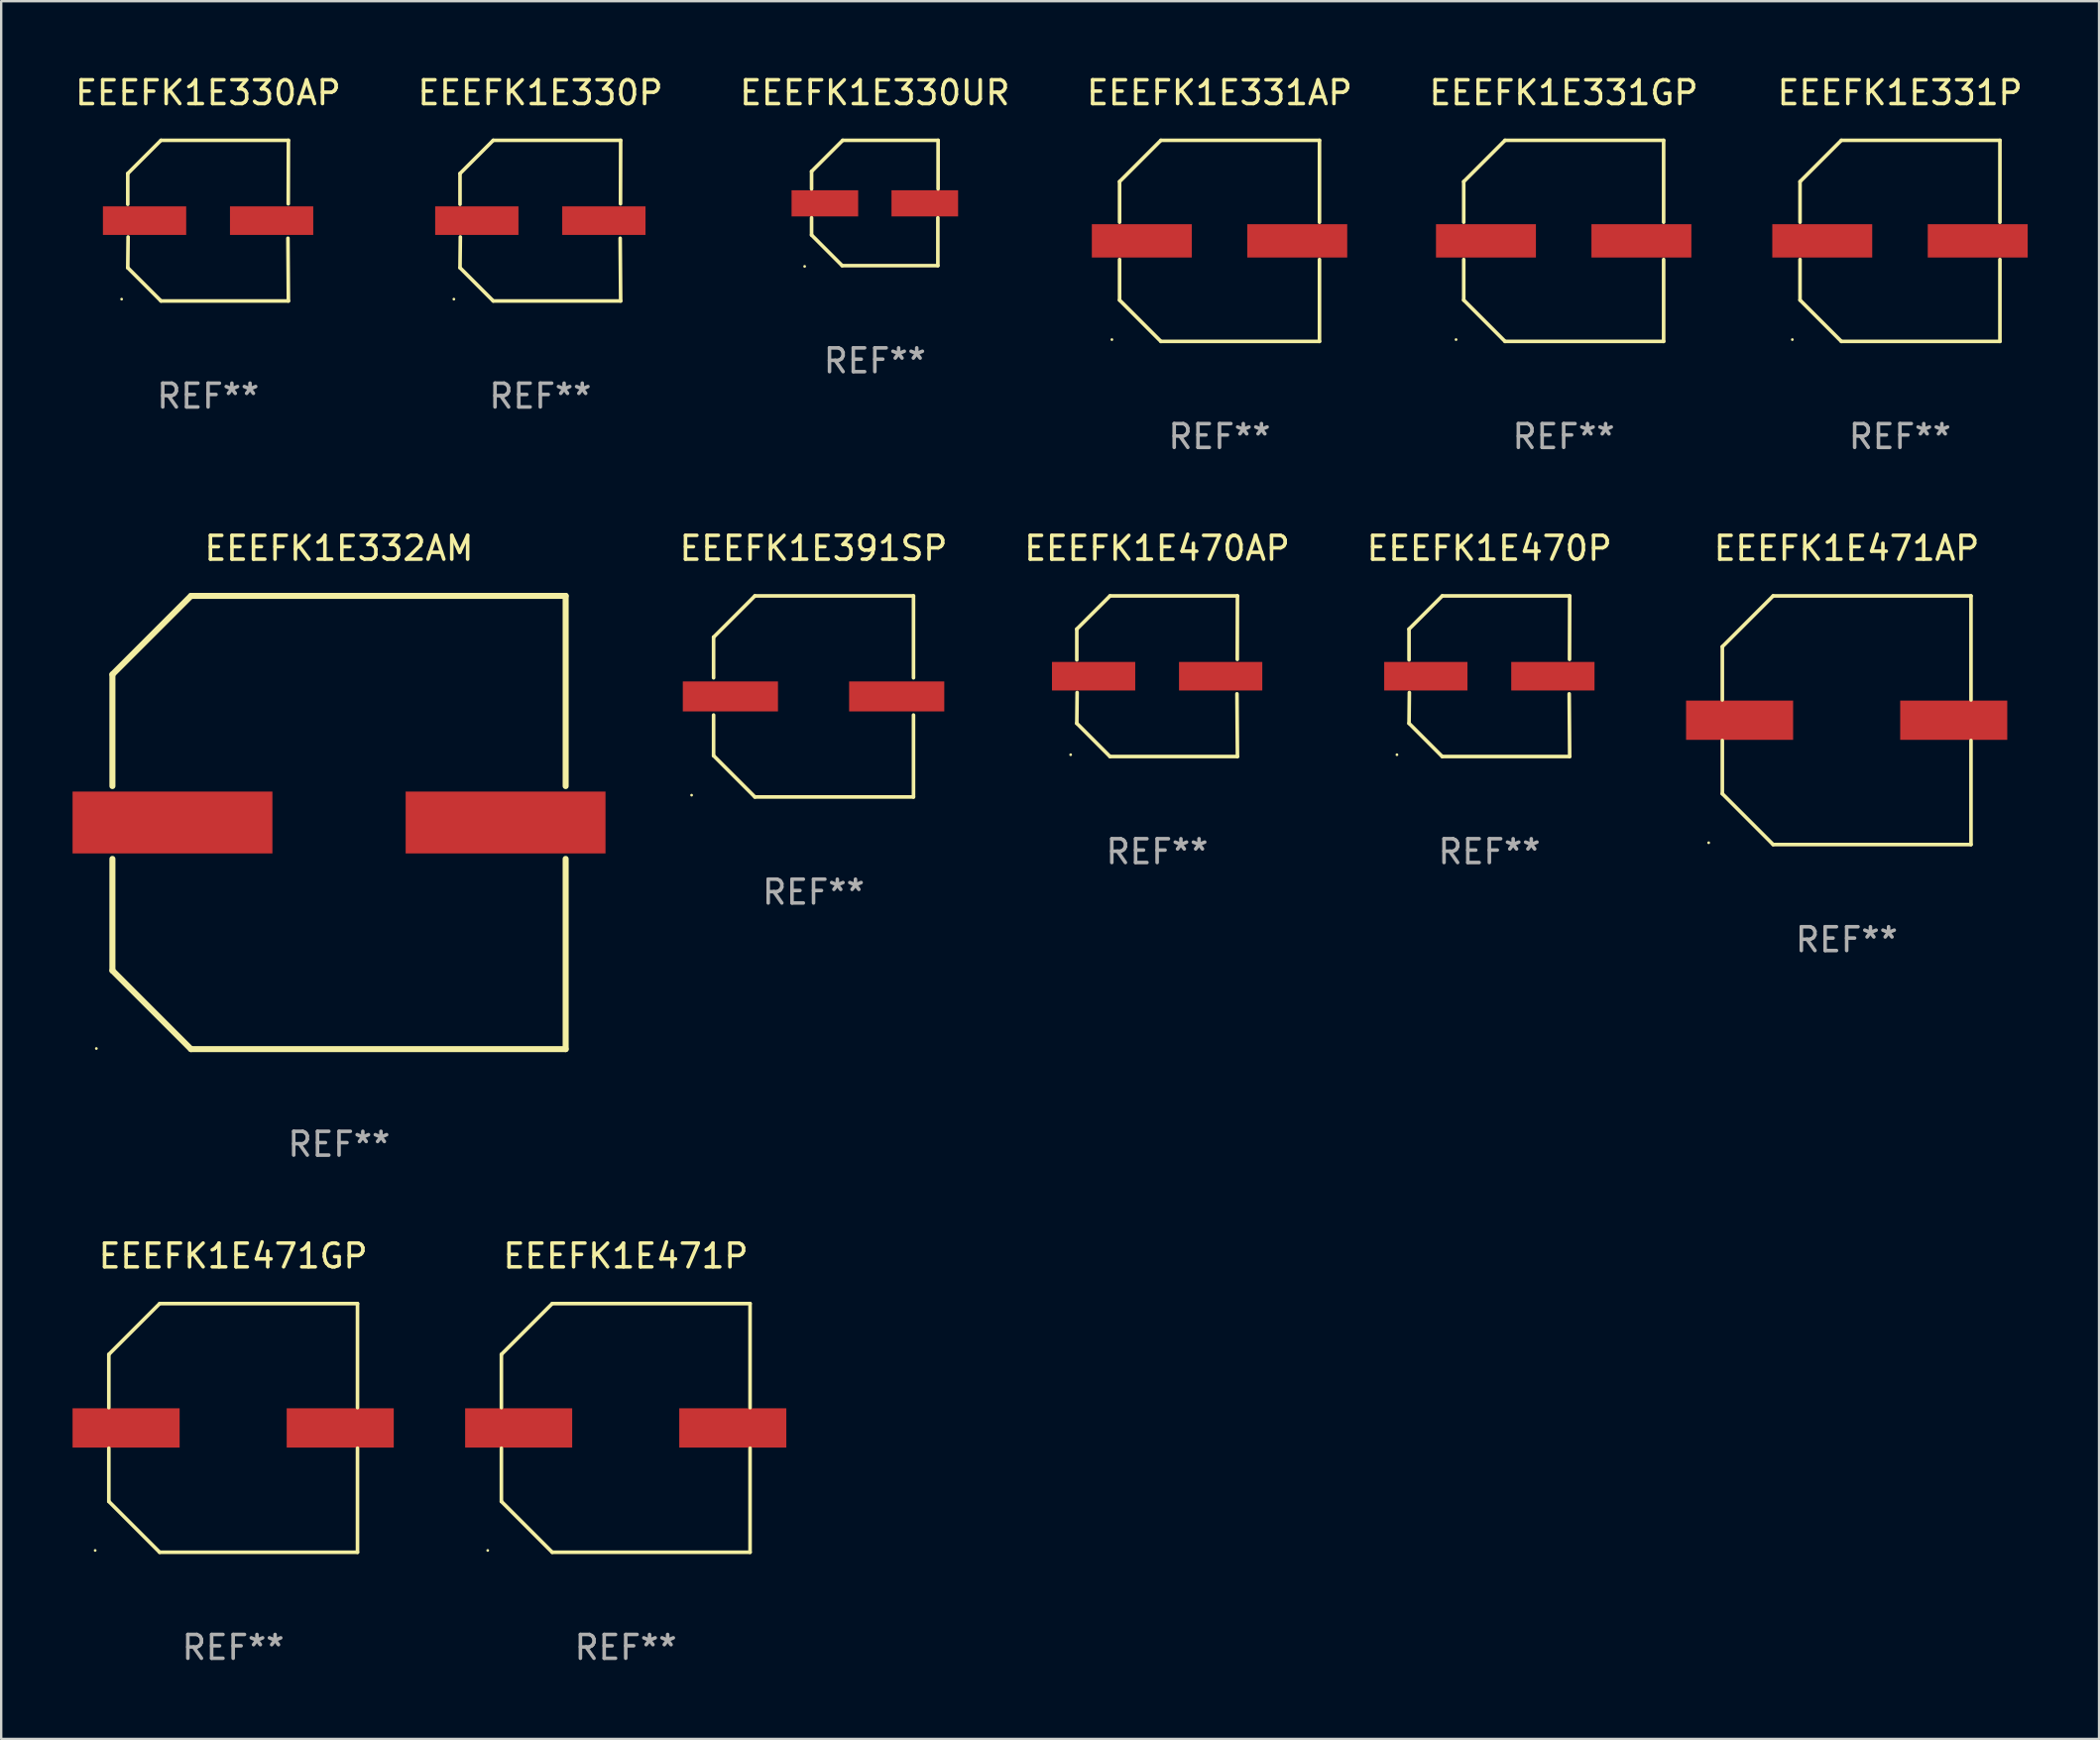
<source format=kicad_pcb>
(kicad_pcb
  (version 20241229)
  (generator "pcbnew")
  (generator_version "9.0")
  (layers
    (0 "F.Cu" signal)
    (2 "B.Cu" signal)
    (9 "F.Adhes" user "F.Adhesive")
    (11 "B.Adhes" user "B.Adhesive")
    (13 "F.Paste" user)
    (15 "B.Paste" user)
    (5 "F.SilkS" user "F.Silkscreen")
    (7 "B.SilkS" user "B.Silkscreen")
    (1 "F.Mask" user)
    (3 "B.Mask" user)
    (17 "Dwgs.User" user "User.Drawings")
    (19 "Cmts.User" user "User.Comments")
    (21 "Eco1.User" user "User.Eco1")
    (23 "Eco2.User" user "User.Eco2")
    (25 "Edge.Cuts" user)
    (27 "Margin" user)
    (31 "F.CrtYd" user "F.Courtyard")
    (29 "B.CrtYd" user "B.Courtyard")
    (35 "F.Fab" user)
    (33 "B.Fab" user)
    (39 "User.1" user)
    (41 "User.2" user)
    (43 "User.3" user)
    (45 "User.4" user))
  (footprint "EEEFK1E471AP"
    (layer "F.Cu")
    (at 74.567 27.223)
    (property "Reference" "EEEFK1E471AP" (at 0 -7.226 0) (layer "F.SilkS") (effects (font (size 1 1) (thickness 0.15))))
    (attr through_hole)
    (fp_line (start -5.226 -3.09) (end -5.226 -0.852) (stroke (width 0.152) (type solid)) (layer "F.SilkS"))
    (fp_line (start -5.226 3.09) (end -5.226 0.852) (stroke (width 0.152) (type solid)) (layer "F.SilkS"))
    (fp_line (start -3.09 -5.226) (end -5.226 -3.09) (stroke (width 0.152) (type solid)) (layer "F.SilkS"))
    (fp_line (start -3.09 5.226) (end -5.226 3.09) (stroke (width 0.152) (type solid)) (layer "F.SilkS"))
    (fp_line (start 5.226 -5.226) (end -3.09 -5.226) (stroke (width 0.152) (type solid)) (layer "F.SilkS"))
    (fp_line (start 5.226 -0.852) (end 5.226 -5.226) (stroke (width 0.152) (type solid)) (layer "F.SilkS"))
    (fp_line (start 5.226 0.852) (end 5.226 5.226) (stroke (width 0.152) (type solid)) (layer "F.SilkS"))
    (fp_line (start 5.226 5.226) (end -3.09 5.226) (stroke (width 0.152) (type solid)) (layer "F.SilkS"))
    (fp_circle (center -5.8 5.15) (end -5.77 5.15) (stroke (width 0.06) (type solid)) (fill no) (layer "F.SilkS"))
    (fp_text user "REF**" (at 0 9.226 0) (layer "F.Fab") (effects (font (size 1 1) (thickness 0.15))))
    (pad "1" smd rect (at -4.5 0) (size 4.5 1.65) (layers "F.Cu" "F.Mask" "F.Paste"))
    (pad "2" smd rect (at 4.5 0) (size 4.5 1.65) (layers "F.Cu" "F.Mask" "F.Paste")))
  (footprint "EEEFK1E391SP"
    (layer "F.Cu")
    (at 31.144 26.223)
    (property "Reference" "EEEFK1E391SP" (at 0 -6.226 0) (layer "F.SilkS") (effects (font (size 1 1) (thickness 0.15))))
    (attr through_hole)
    (fp_line (start -4.201 -2.49) (end -4.201 -0.782) (stroke (width 0.152) (type solid)) (layer "F.SilkS"))
    (fp_line (start -4.201 2.49) (end -4.201 0.782) (stroke (width 0.152) (type solid)) (layer "F.SilkS"))
    (fp_line (start -2.465 -4.226) (end -4.201 -2.49) (stroke (width 0.152) (type solid)) (layer "F.SilkS"))
    (fp_line (start -2.465 4.226) (end -4.201 2.49) (stroke (width 0.152) (type solid)) (layer "F.SilkS"))
    (fp_line (start 4.201 -4.226) (end -2.465 -4.226) (stroke (width 0.152) (type solid)) (layer "F.SilkS"))
    (fp_line (start 4.201 -0.782) (end 4.201 -4.226) (stroke (width 0.152) (type solid)) (layer "F.SilkS"))
    (fp_line (start 4.201 0.782) (end 4.201 4.226) (stroke (width 0.152) (type solid)) (layer "F.SilkS"))
    (fp_line (start 4.201 4.226) (end -2.465 4.226) (stroke (width 0.152) (type solid)) (layer "F.SilkS"))
    (fp_circle (center -5.125 4.15) (end -5.095 4.15) (stroke (width 0.06) (type solid)) (fill no) (layer "F.SilkS"))
    (fp_text user "REF**" (at 0 8.226 0) (layer "F.Fab") (effects (font (size 1 1) (thickness 0.15))))
    (pad "1" smd rect (at -3.495 0.000025) (size 4 1.26) (layers "F.Cu" "F.Mask" "F.Paste"))
    (pad "2" smd rect (at 3.495 0.000025) (size 4 1.26) (layers "F.Cu" "F.Mask" "F.Paste")))
  (footprint "EEEFK1E331AP"
    (layer "F.Cu")
    (at 48.208 7.074)
    (property "Reference" "EEEFK1E331AP" (at 0 -6.226 0) (layer "F.SilkS") (effects (font (size 1 1) (thickness 0.15))))
    (attr through_hole)
    (fp_line (start -4.201 -2.49) (end -4.201 -0.782) (stroke (width 0.152) (type solid)) (layer "F.SilkS"))
    (fp_line (start -4.201 2.49) (end -4.201 0.782) (stroke (width 0.152) (type solid)) (layer "F.SilkS"))
    (fp_line (start -2.465 -4.226) (end -4.201 -2.49) (stroke (width 0.152) (type solid)) (layer "F.SilkS"))
    (fp_line (start -2.465 4.226) (end -4.201 2.49) (stroke (width 0.152) (type solid)) (layer "F.SilkS"))
    (fp_line (start 4.201 -4.226) (end -2.465 -4.226) (stroke (width 0.152) (type solid)) (layer "F.SilkS"))
    (fp_line (start 4.201 -0.782) (end 4.201 -4.226) (stroke (width 0.152) (type solid)) (layer "F.SilkS"))
    (fp_line (start 4.201 0.782) (end 4.201 4.226) (stroke (width 0.152) (type solid)) (layer "F.SilkS"))
    (fp_line (start 4.201 4.226) (end -2.465 4.226) (stroke (width 0.152) (type solid)) (layer "F.SilkS"))
    (fp_circle (center -4.524 4.15) (end -4.494 4.15) (stroke (width 0.06) (type solid)) (fill no) (layer "F.SilkS"))
    (fp_text user "REF**" (at 0 8.226 0) (layer "F.Fab") (effects (font (size 1 1) (thickness 0.15))))
    (pad "1" smd rect (at -3.267 0) (size 4.2 1.4) (layers "F.Cu" "F.Mask" "F.Paste"))
    (pad "2" smd rect (at 3.267 0) (size 4.2 1.4) (layers "F.Cu" "F.Mask" "F.Paste")))
  (footprint "EEEFK1E470AP"
    (layer "F.Cu")
    (at 45.585 25.373)
    (property "Reference" "EEEFK1E470AP" (at 0 -5.376 0) (layer "F.SilkS") (effects (font (size 1 1) (thickness 0.15))))
    (attr through_hole)
    (fp_line (start -3.376 -1.98) (end -3.376 -0.686) (stroke (width 0.152) (type solid)) (layer "F.SilkS"))
    (fp_line (start -3.376 1.981) (end -3.362 0.686) (stroke (width 0.152) (type solid)) (layer "F.SilkS"))
    (fp_line (start -1.981 3.376) (end -3.376 1.981) (stroke (width 0.152) (type solid)) (layer "F.SilkS"))
    (fp_line (start -1.98 -3.376) (end -3.376 -1.98) (stroke (width 0.152) (type solid)) (layer "F.SilkS"))
    (fp_line (start 3.356 0.74) (end 3.376 3.376) (stroke (width 0.152) (type solid)) (layer "F.SilkS"))
    (fp_line (start 3.369 -0.707) (end 3.376 -3.376) (stroke (width 0.152) (type solid)) (layer "F.SilkS"))
    (fp_line (start 3.376 3.376) (end -1.981 3.376) (stroke (width 0.152) (type solid)) (layer "F.SilkS"))
    (fp_line (start 3.376 -3.376) (end -1.98 -3.376) (stroke (width 0.152) (type solid)) (layer "F.SilkS"))
    (fp_circle (center -3.634 3.3) (end -3.604 3.3) (stroke (width 0.06) (type solid)) (fill no) (layer "F.SilkS"))
    (fp_text user "REF**" (at 0 7.376 0) (layer "F.Fab") (effects (font (size 1 1) (thickness 0.15))))
    (pad "1" smd rect (at -2.67 0.000254) (size 3.5 1.2) (layers "F.Cu" "F.Mask" "F.Paste"))
    (pad "2" smd rect (at 2.67 0.000254) (size 3.5 1.2) (layers "F.Cu" "F.Mask" "F.Paste")))
  (footprint "EEEFK1E470P"
    (layer "F.Cu")
    (at 59.549 25.373)
    (property "Reference" "EEEFK1E470P" (at 0 -5.376 0) (layer "F.SilkS") (effects (font (size 1 1) (thickness 0.15))))
    (attr through_hole)
    (fp_line (start -3.376 -1.98) (end -3.376 -0.686) (stroke (width 0.152) (type solid)) (layer "F.SilkS"))
    (fp_line (start -3.376 1.981) (end -3.362 0.686) (stroke (width 0.152) (type solid)) (layer "F.SilkS"))
    (fp_line (start -1.981 3.376) (end -3.376 1.981) (stroke (width 0.152) (type solid)) (layer "F.SilkS"))
    (fp_line (start -1.98 -3.376) (end -3.376 -1.98) (stroke (width 0.152) (type solid)) (layer "F.SilkS"))
    (fp_line (start 3.356 0.74) (end 3.376 3.376) (stroke (width 0.152) (type solid)) (layer "F.SilkS"))
    (fp_line (start 3.369 -0.707) (end 3.376 -3.376) (stroke (width 0.152) (type solid)) (layer "F.SilkS"))
    (fp_line (start 3.376 3.376) (end -1.981 3.376) (stroke (width 0.152) (type solid)) (layer "F.SilkS"))
    (fp_line (start 3.376 -3.376) (end -1.98 -3.376) (stroke (width 0.152) (type solid)) (layer "F.SilkS"))
    (fp_circle (center -3.884 3.3) (end -3.854 3.3) (stroke (width 0.06) (type solid)) (fill no) (layer "F.SilkS"))
    (fp_text user "REF**" (at 0 7.376 0) (layer "F.Fab") (effects (font (size 1 1) (thickness 0.15))))
    (pad "1" smd rect (at -2.67 0.000178) (size 3.5 1.2) (layers "F.Cu" "F.Mask" "F.Paste"))
    (pad "2" smd rect (at 2.67 0.000178) (size 3.5 1.2) (layers "F.Cu" "F.Mask" "F.Paste")))
  (footprint "EEEFK1E331P"
    (layer "F.Cu")
    (at 76.808 7.074)
    (property "Reference" "EEEFK1E331P" (at 0 -6.226 0) (layer "F.SilkS") (effects (font (size 1 1) (thickness 0.15))))
    (attr through_hole)
    (fp_line (start -4.201 -2.49) (end -4.201 -0.782) (stroke (width 0.152) (type solid)) (layer "F.SilkS"))
    (fp_line (start -4.201 2.49) (end -4.201 0.782) (stroke (width 0.152) (type solid)) (layer "F.SilkS"))
    (fp_line (start -2.465 -4.226) (end -4.201 -2.49) (stroke (width 0.152) (type solid)) (layer "F.SilkS"))
    (fp_line (start -2.465 4.226) (end -4.201 2.49) (stroke (width 0.152) (type solid)) (layer "F.SilkS"))
    (fp_line (start 4.201 -4.226) (end -2.465 -4.226) (stroke (width 0.152) (type solid)) (layer "F.SilkS"))
    (fp_line (start 4.201 -0.782) (end 4.201 -4.226) (stroke (width 0.152) (type solid)) (layer "F.SilkS"))
    (fp_line (start 4.201 0.782) (end 4.201 4.226) (stroke (width 0.152) (type solid)) (layer "F.SilkS"))
    (fp_line (start 4.201 4.226) (end -2.465 4.226) (stroke (width 0.152) (type solid)) (layer "F.SilkS"))
    (fp_circle (center -4.524 4.15) (end -4.494 4.15) (stroke (width 0.06) (type solid)) (fill no) (layer "F.SilkS"))
    (fp_text user "REF**" (at 0 8.226 0) (layer "F.Fab") (effects (font (size 1 1) (thickness 0.15))))
    (pad "1" smd rect (at -3.267 0) (size 4.2 1.4) (layers "F.Cu" "F.Mask" "F.Paste"))
    (pad "2" smd rect (at 3.267 0) (size 4.2 1.4) (layers "F.Cu" "F.Mask" "F.Paste")))
  (footprint "EEEFK1E332AM"
    (layer "F.Cu")
    (at 11.2 31.522)
    (property "Reference" "EEEFK1E332AM" (at 0 -11.525 0) (layer "F.SilkS") (effects (font (size 1 1) (thickness 0.15))))
    (attr through_hole)
    (fp_line (start -9.525 -6.223) (end -9.525 -1.531) (stroke (width 0.254) (type solid)) (layer "F.SilkS"))
    (fp_line (start -9.525 1.531) (end -9.525 6.223) (stroke (width 0.254) (type solid)) (layer "F.SilkS"))
    (fp_line (start -9.525 6.223) (end -6.223 9.525) (stroke (width 0.254) (type solid)) (layer "F.SilkS"))
    (fp_line (start -6.223 -9.525) (end -9.525 -6.223) (stroke (width 0.254) (type solid)) (layer "F.SilkS"))
    (fp_line (start -6.223 9.525) (end 9.525 9.525) (stroke (width 0.254) (type solid)) (layer "F.SilkS"))
    (fp_line (start 9.525 -9.525) (end -6.223 -9.525) (stroke (width 0.254) (type solid)) (layer "F.SilkS"))
    (fp_line (start 9.525 -1.531) (end 9.525 -9.525) (stroke (width 0.254) (type solid)) (layer "F.SilkS"))
    (fp_line (start 9.525 9.525) (end 9.525 1.531) (stroke (width 0.254) (type solid)) (layer "F.SilkS"))
    (fp_circle (center -10.2 9.5) (end -10.17 9.5) (stroke (width 0.06) (type solid)) (fill no) (layer "F.SilkS"))
    (fp_text user "REF**" (at 0 13.525 0) (layer "F.Fab") (effects (font (size 1 1) (thickness 0.15))))
    (pad "1" smd rect (at -7 0.000102) (size 8.4 2.6) (layers "F.Cu" "F.Mask" "F.Paste"))
    (pad "2" smd rect (at 7 0.000102) (size 8.4 2.6) (layers "F.Cu" "F.Mask" "F.Paste")))
  (footprint "EEEFK1E471P"
    (layer "F.Cu")
    (at 23.25 56.97)
    (property "Reference" "EEEFK1E471P" (at 0 -7.226 0) (layer "F.SilkS") (effects (font (size 1 1) (thickness 0.15))))
    (attr through_hole)
    (fp_line (start -5.226 -3.09) (end -5.226 -0.852) (stroke (width 0.152) (type solid)) (layer "F.SilkS"))
    (fp_line (start -5.226 3.09) (end -5.226 0.852) (stroke (width 0.152) (type solid)) (layer "F.SilkS"))
    (fp_line (start -3.09 -5.226) (end -5.226 -3.09) (stroke (width 0.152) (type solid)) (layer "F.SilkS"))
    (fp_line (start -3.09 5.226) (end -5.226 3.09) (stroke (width 0.152) (type solid)) (layer "F.SilkS"))
    (fp_line (start 5.226 -5.226) (end -3.09 -5.226) (stroke (width 0.152) (type solid)) (layer "F.SilkS"))
    (fp_line (start 5.226 -0.852) (end 5.226 -5.226) (stroke (width 0.152) (type solid)) (layer "F.SilkS"))
    (fp_line (start 5.226 0.852) (end 5.226 5.226) (stroke (width 0.152) (type solid)) (layer "F.SilkS"))
    (fp_line (start 5.226 5.226) (end -3.09 5.226) (stroke (width 0.152) (type solid)) (layer "F.SilkS"))
    (fp_circle (center -5.8 5.15) (end -5.77 5.15) (stroke (width 0.06) (type solid)) (fill no) (layer "F.SilkS"))
    (fp_text user "REF**" (at 0 9.226 0) (layer "F.Fab") (effects (font (size 1 1) (thickness 0.15))))
    (pad "1" smd rect (at -4.5 0) (size 4.5 1.65) (layers "F.Cu" "F.Mask" "F.Paste"))
    (pad "2" smd rect (at 4.5 0) (size 4.5 1.65) (layers "F.Cu" "F.Mask" "F.Paste")))
  (footprint "EEEFK1E471GP"
    (layer "F.Cu")
    (at 6.75 56.97)
    (property "Reference" "EEEFK1E471GP" (at 0 -7.226 0) (layer "F.SilkS") (effects (font (size 1 1) (thickness 0.15))))
    (attr through_hole)
    (fp_line (start -5.226 -3.09) (end -5.226 -0.852) (stroke (width 0.152) (type solid)) (layer "F.SilkS"))
    (fp_line (start -5.226 3.09) (end -5.226 0.852) (stroke (width 0.152) (type solid)) (layer "F.SilkS"))
    (fp_line (start -3.09 -5.226) (end -5.226 -3.09) (stroke (width 0.152) (type solid)) (layer "F.SilkS"))
    (fp_line (start -3.09 5.226) (end -5.226 3.09) (stroke (width 0.152) (type solid)) (layer "F.SilkS"))
    (fp_line (start 5.226 -5.226) (end -3.09 -5.226) (stroke (width 0.152) (type solid)) (layer "F.SilkS"))
    (fp_line (start 5.226 -0.852) (end 5.226 -5.226) (stroke (width 0.152) (type solid)) (layer "F.SilkS"))
    (fp_line (start 5.226 0.852) (end 5.226 5.226) (stroke (width 0.152) (type solid)) (layer "F.SilkS"))
    (fp_line (start 5.226 5.226) (end -3.09 5.226) (stroke (width 0.152) (type solid)) (layer "F.SilkS"))
    (fp_circle (center -5.8 5.15) (end -5.77 5.15) (stroke (width 0.06) (type solid)) (fill no) (layer "F.SilkS"))
    (fp_text user "REF**" (at 0 9.226 0) (layer "F.Fab") (effects (font (size 1 1) (thickness 0.15))))
    (pad "1" smd rect (at -4.5 0) (size 4.5 1.65) (layers "F.Cu" "F.Mask" "F.Paste"))
    (pad "2" smd rect (at 4.5 0) (size 4.5 1.65) (layers "F.Cu" "F.Mask" "F.Paste")))
  (footprint "EEEFK1E331GP"
    (layer "F.Cu")
    (at 62.673 7.074)
    (property "Reference" "EEEFK1E331GP" (at 0 -6.226 0) (layer "F.SilkS") (effects (font (size 1 1) (thickness 0.15))))
    (attr through_hole)
    (fp_line (start -4.201 -2.49) (end -4.201 -0.782) (stroke (width 0.152) (type solid)) (layer "F.SilkS"))
    (fp_line (start -4.201 2.49) (end -4.201 0.782) (stroke (width 0.152) (type solid)) (layer "F.SilkS"))
    (fp_line (start -2.465 -4.226) (end -4.201 -2.49) (stroke (width 0.152) (type solid)) (layer "F.SilkS"))
    (fp_line (start -2.465 4.226) (end -4.201 2.49) (stroke (width 0.152) (type solid)) (layer "F.SilkS"))
    (fp_line (start 4.201 -4.226) (end -2.465 -4.226) (stroke (width 0.152) (type solid)) (layer "F.SilkS"))
    (fp_line (start 4.201 -0.782) (end 4.201 -4.226) (stroke (width 0.152) (type solid)) (layer "F.SilkS"))
    (fp_line (start 4.201 0.782) (end 4.201 4.226) (stroke (width 0.152) (type solid)) (layer "F.SilkS"))
    (fp_line (start 4.201 4.226) (end -2.465 4.226) (stroke (width 0.152) (type solid)) (layer "F.SilkS"))
    (fp_circle (center -4.524 4.15) (end -4.494 4.15) (stroke (width 0.06) (type solid)) (fill no) (layer "F.SilkS"))
    (fp_text user "REF**" (at 0 8.226 0) (layer "F.Fab") (effects (font (size 1 1) (thickness 0.15))))
    (pad "1" smd rect (at -3.267 0) (size 4.2 1.4) (layers "F.Cu" "F.Mask" "F.Paste"))
    (pad "2" smd rect (at 3.267 0) (size 4.2 1.4) (layers "F.Cu" "F.Mask" "F.Paste")))
  (footprint "EEEFK1E330AP"
    (layer "F.Cu")
    (at 5.696 6.224)
    (property "Reference" "EEEFK1E330AP" (at 0 -5.376 0) (layer "F.SilkS") (effects (font (size 1 1) (thickness 0.15))))
    (attr through_hole)
    (fp_line (start -3.376 -1.98) (end -3.376 -0.686) (stroke (width 0.152) (type solid)) (layer "F.SilkS"))
    (fp_line (start -3.376 1.981) (end -3.362 0.686) (stroke (width 0.152) (type solid)) (layer "F.SilkS"))
    (fp_line (start -1.981 3.376) (end -3.376 1.981) (stroke (width 0.152) (type solid)) (layer "F.SilkS"))
    (fp_line (start -1.98 -3.376) (end -3.376 -1.98) (stroke (width 0.152) (type solid)) (layer "F.SilkS"))
    (fp_line (start 3.356 0.74) (end 3.376 3.376) (stroke (width 0.152) (type solid)) (layer "F.SilkS"))
    (fp_line (start 3.369 -0.707) (end 3.376 -3.376) (stroke (width 0.152) (type solid)) (layer "F.SilkS"))
    (fp_line (start 3.376 3.376) (end -1.981 3.376) (stroke (width 0.152) (type solid)) (layer "F.SilkS"))
    (fp_line (start 3.376 -3.376) (end -1.98 -3.376) (stroke (width 0.152) (type solid)) (layer "F.SilkS"))
    (fp_circle (center -3.634 3.3) (end -3.604 3.3) (stroke (width 0.06) (type solid)) (fill no) (layer "F.SilkS"))
    (fp_text user "REF**" (at 0 7.376 0) (layer "F.Fab") (effects (font (size 1 1) (thickness 0.15))))
    (pad "1" smd rect (at -2.67 0.000254) (size 3.5 1.2) (layers "F.Cu" "F.Mask" "F.Paste"))
    (pad "2" smd rect (at 2.67 0.000254) (size 3.5 1.2) (layers "F.Cu" "F.Mask" "F.Paste")))
  (footprint "EEEFK1E330P"
    (layer "F.Cu")
    (at 19.661 6.224)
    (property "Reference" "EEEFK1E330P" (at 0 -5.376 0) (layer "F.SilkS") (effects (font (size 1 1) (thickness 0.15))))
    (attr through_hole)
    (fp_line (start -3.376 -1.98) (end -3.376 -0.686) (stroke (width 0.152) (type solid)) (layer "F.SilkS"))
    (fp_line (start -3.376 1.981) (end -3.362 0.686) (stroke (width 0.152) (type solid)) (layer "F.SilkS"))
    (fp_line (start -1.981 3.376) (end -3.376 1.981) (stroke (width 0.152) (type solid)) (layer "F.SilkS"))
    (fp_line (start -1.98 -3.376) (end -3.376 -1.98) (stroke (width 0.152) (type solid)) (layer "F.SilkS"))
    (fp_line (start 3.356 0.74) (end 3.376 3.376) (stroke (width 0.152) (type solid)) (layer "F.SilkS"))
    (fp_line (start 3.369 -0.707) (end 3.376 -3.376) (stroke (width 0.152) (type solid)) (layer "F.SilkS"))
    (fp_line (start 3.376 3.376) (end -1.981 3.376) (stroke (width 0.152) (type solid)) (layer "F.SilkS"))
    (fp_line (start 3.376 -3.376) (end -1.98 -3.376) (stroke (width 0.152) (type solid)) (layer "F.SilkS"))
    (fp_circle (center -3.634 3.3) (end -3.604 3.3) (stroke (width 0.06) (type solid)) (fill no) (layer "F.SilkS"))
    (fp_text user "REF**" (at 0 7.376 0) (layer "F.Fab") (effects (font (size 1 1) (thickness 0.15))))
    (pad "1" smd rect (at -2.67 0.000254) (size 3.5 1.2) (layers "F.Cu" "F.Mask" "F.Paste"))
    (pad "2" smd rect (at 2.67 0.000254) (size 3.5 1.2) (layers "F.Cu" "F.Mask" "F.Paste")))
  (footprint "EEEFK1E330UR"
    (layer "F.Cu")
    (at 33.72 5.482)
    (property "Reference" "EEEFK1E330UR" (at 0 -4.634 0) (layer "F.SilkS") (effects (font (size 1 1) (thickness 0.15))))
    (attr through_hole)
    (fp_line (start -2.659 -1.326) (end -2.659 -0.592) (stroke (width 0.152) (type solid)) (layer "F.SilkS"))
    (fp_line (start -2.659 1.346) (end -2.659 0.622) (stroke (width 0.152) (type solid)) (layer "F.SilkS"))
    (fp_line (start -1.372 2.634) (end -2.659 1.346) (stroke (width 0.152) (type solid)) (layer "F.SilkS"))
    (fp_line (start -1.349 -2.634) (end -2.659 -1.326) (stroke (width 0.152) (type solid)) (layer "F.SilkS"))
    (fp_line (start 2.649 0.622) (end 2.649 2.634) (stroke (width 0.152) (type solid)) (layer "F.SilkS"))
    (fp_line (start 2.649 2.634) (end -1.372 2.634) (stroke (width 0.152) (type solid)) (layer "F.SilkS"))
    (fp_line (start 2.659 -2.634) (end -1.349 -2.634) (stroke (width 0.152) (type solid)) (layer "F.SilkS"))
    (fp_line (start 2.659 -0.592) (end 2.659 -2.634) (stroke (width 0.152) (type solid)) (layer "F.SilkS"))
    (fp_circle (center -2.95 2.665) (end -2.92 2.665) (stroke (width 0.06) (type solid)) (fill no) (layer "F.SilkS"))
    (fp_text user "REF**" (at 0 6.634 0) (layer "F.Fab") (effects (font (size 1 1) (thickness 0.15))))
    (pad "1" smd rect (at -2.1 0.015) (size 2.8 1.1) (layers "F.Cu" "F.Mask" "F.Paste"))
    (pad "2" smd rect (at 2.1 0.015) (size 2.8 1.1) (layers "F.Cu" "F.Mask" "F.Paste")))
  (gr_rect
    (start -3 -3)
    (end 85.175 70.044)
    (stroke (width 0.1) (type default))
    (fill no)
    (layer "Edge.Cuts")))
</source>
